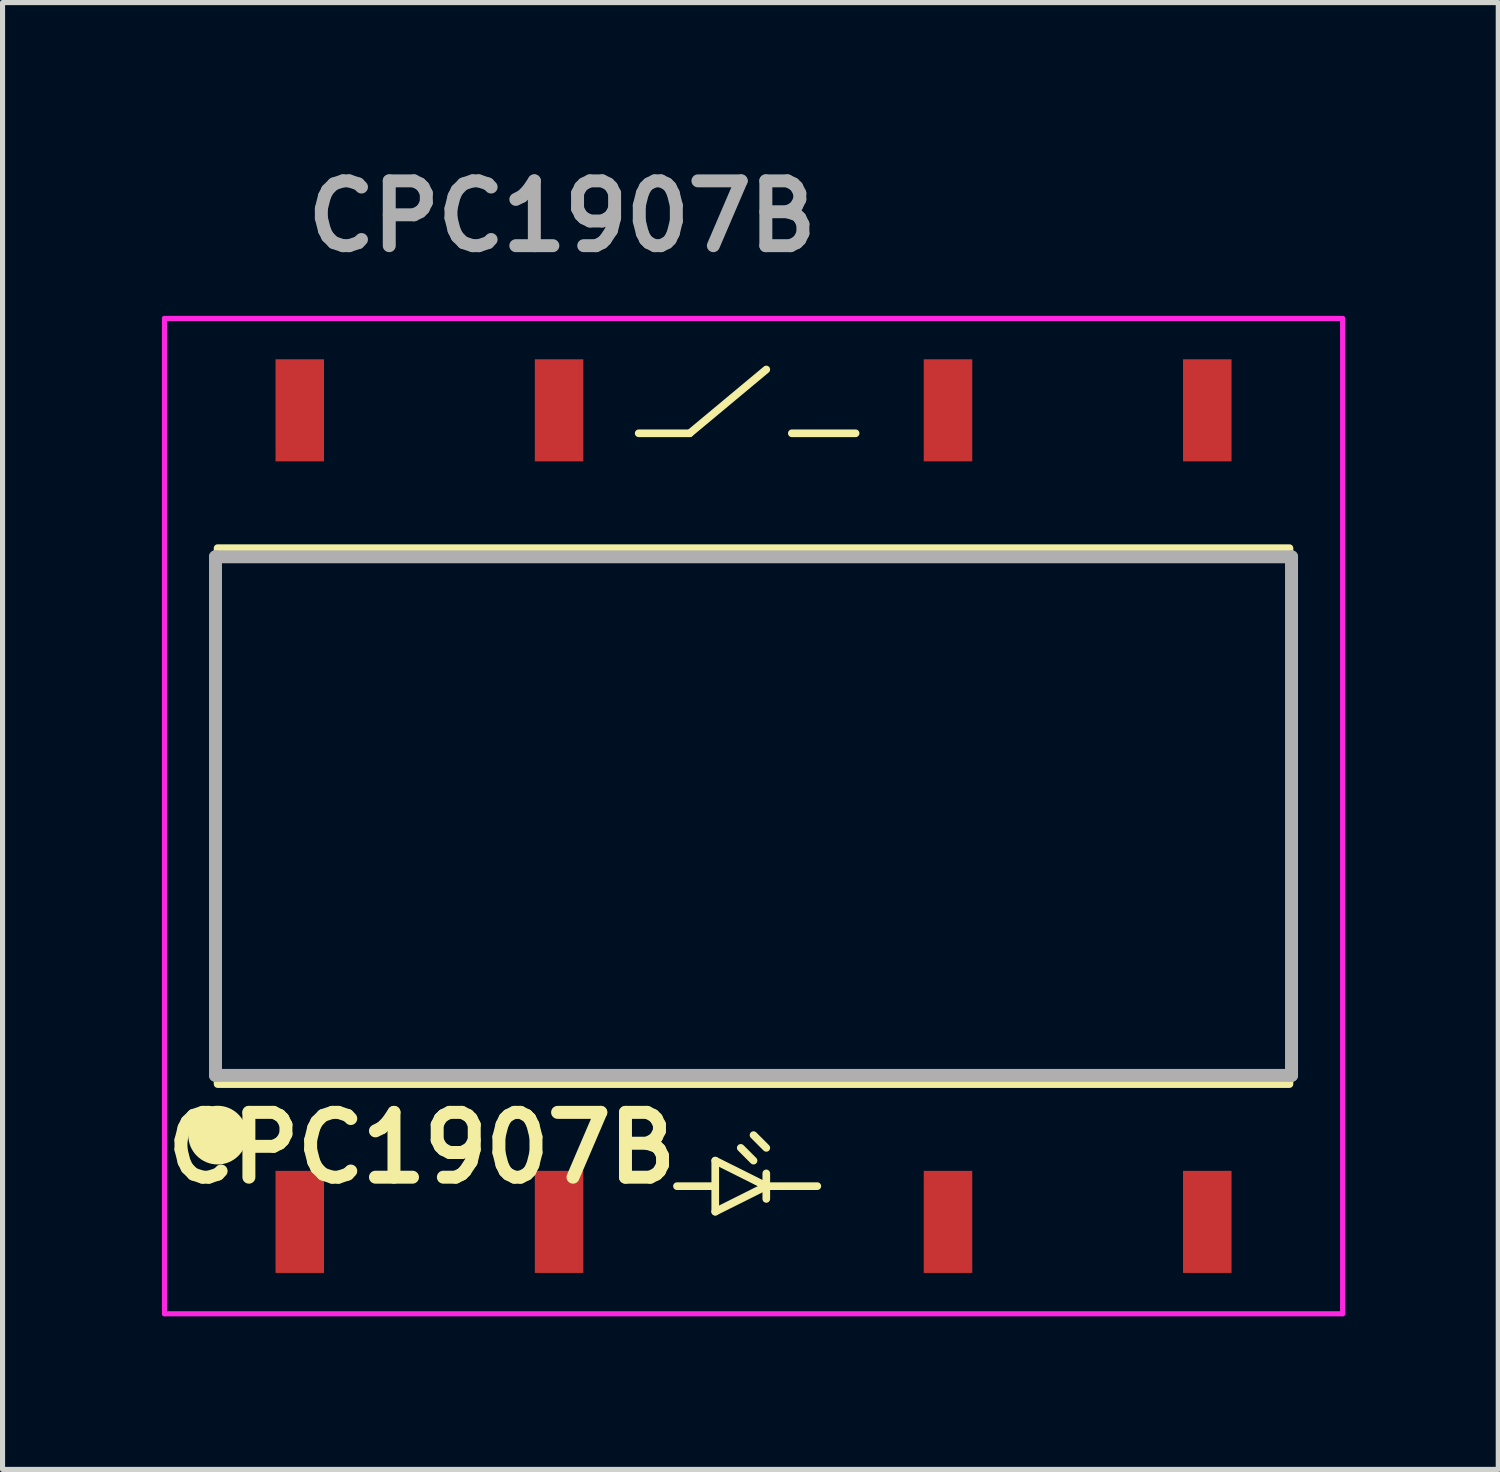
<source format=kicad_pcb>
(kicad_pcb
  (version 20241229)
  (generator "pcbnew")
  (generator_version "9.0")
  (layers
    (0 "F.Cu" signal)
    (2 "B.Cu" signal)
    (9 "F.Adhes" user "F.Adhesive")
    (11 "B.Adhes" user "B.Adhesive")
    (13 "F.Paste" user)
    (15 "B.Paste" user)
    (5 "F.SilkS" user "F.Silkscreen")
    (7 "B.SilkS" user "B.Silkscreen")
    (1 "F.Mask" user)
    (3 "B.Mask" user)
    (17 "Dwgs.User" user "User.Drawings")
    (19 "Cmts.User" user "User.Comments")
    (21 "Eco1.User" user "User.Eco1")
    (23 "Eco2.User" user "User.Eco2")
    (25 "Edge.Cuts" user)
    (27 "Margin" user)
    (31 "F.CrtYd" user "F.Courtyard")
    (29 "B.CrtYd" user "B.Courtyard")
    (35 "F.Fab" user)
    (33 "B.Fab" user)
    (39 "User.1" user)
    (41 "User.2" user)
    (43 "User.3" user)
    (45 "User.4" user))
  (footprint "CPC1907B"
    (layer "F.Cu")
    (at 11.713 12.939)
    (property "Reference" "CPC1907B" (at -6.5 6.5 0) (layer "F.SilkS") (effects (font (size 1.27 1.27) (thickness 0.254))))
    (attr smd)
    (fp_line (start -2.25 -7.5) (end -1.25 -7.5) (stroke (width 0.15) (type default)) (layer "F.SilkS"))
    (fp_line (start -1.25 -7.5) (end 0.25 -8.75) (stroke (width 0.15) (type default)) (layer "F.SilkS"))
    (fp_line (start -0.75 6.75) (end -0.75 7.75) (stroke (width 0.15) (type default)) (layer "F.SilkS"))
    (fp_line (start -0.75 7.25) (end -1.5 7.25) (stroke (width 0.15) (type default)) (layer "F.SilkS"))
    (fp_line (start -0.75 7.75) (end 0.25 7.25) (stroke (width 0.15) (type default)) (layer "F.SilkS"))
    (fp_line (start -0.25 6.5) (end 0 6.75) (stroke (width 0.15) (type default)) (layer "F.SilkS"))
    (fp_line (start 0 6.25) (end 0.25 6.5) (stroke (width 0.15) (type default)) (layer "F.SilkS"))
    (fp_line (start 0.25 7) (end 0.25 7.5) (stroke (width 0.15) (type default)) (layer "F.SilkS"))
    (fp_line (start 0.25 7.25) (end -0.75 6.75) (stroke (width 0.15) (type default)) (layer "F.SilkS"))
    (fp_line (start 0.25 7.25) (end 1.25 7.25) (stroke (width 0.15) (type default)) (layer "F.SilkS"))
    (fp_line (start 0.75 -7.5) (end 2 -7.5) (stroke (width 0.15) (type default)) (layer "F.SilkS"))
    (fp_rect (start -10.5 -5.25) (end 10.5 5.25) (stroke (width 0.15) (type default)) (fill no) (layer "F.SilkS"))
    (fp_circle (center -10.5 6.25) (end -10 6.25) (stroke (width 0.15) (type solid)) (fill yes) (layer "F.SilkS"))
    (fp_line (start -11.541 -9.75) (end 11.541 -9.75) (stroke (width 0.1) (type solid)) (layer "F.CrtYd"))
    (fp_line (start -11.541 9.75) (end -11.541 -9.75) (stroke (width 0.1) (type solid)) (layer "F.CrtYd"))
    (fp_line (start 11.541 -9.75) (end 11.541 9.75) (stroke (width 0.1) (type solid)) (layer "F.CrtYd"))
    (fp_line (start 11.541 9.75) (end -11.541 9.75) (stroke (width 0.1) (type solid)) (layer "F.CrtYd"))
    (fp_line (start -10.541 -5.08) (end 10.541 -5.08) (stroke (width 0.254) (type solid)) (layer "F.Fab"))
    (fp_line (start -10.541 5.08) (end -10.541 -5.08) (stroke (width 0.254) (type solid)) (layer "F.Fab"))
    (fp_line (start 10.541 -5.08) (end 10.541 5.08) (stroke (width 0.254) (type solid)) (layer "F.Fab"))
    (fp_line (start 10.541 5.08) (end -10.541 5.08) (stroke (width 0.254) (type solid)) (layer "F.Fab"))
    (fp_text user "${REFERENCE}" (at -3.75 -11.75 0) (layer "F.Fab") (effects (font (size 1.27 1.27) (thickness 0.254))))
    (pad "1" smd rect (at -8.89 7.95) (size 0.95 2) (layers "F.Cu" "F.Mask" "F.Paste"))
    (pad "2" smd rect (at -3.81 7.95) (size 0.95 2) (layers "F.Cu" "F.Mask" "F.Paste"))
    (pad "3" smd rect (at 3.81 7.95) (size 0.95 2) (layers "F.Cu" "F.Mask" "F.Paste"))
    (pad "4" smd rect (at 8.89 7.95) (size 0.95 2) (layers "F.Cu" "F.Mask" "F.Paste"))
    (pad "5" smd rect (at 8.89 -7.95) (size 0.95 2) (layers "F.Cu" "F.Mask" "F.Paste"))
    (pad "6" smd rect (at 3.81 -7.95) (size 0.95 2) (layers "F.Cu" "F.Mask" "F.Paste"))
    (pad "7" smd rect (at -3.81 -7.95) (size 0.95 2) (layers "F.Cu" "F.Mask" "F.Paste"))
    (pad "8" smd rect (at -8.89 -7.95) (size 0.95 2) (layers "F.Cu" "F.Mask" "F.Paste")))
  (gr_rect
    (start -3 -3)
    (end 26.304 25.739)
    (stroke (width 0.1) (type default))
    (fill no)
    (layer "Edge.Cuts")))
</source>
